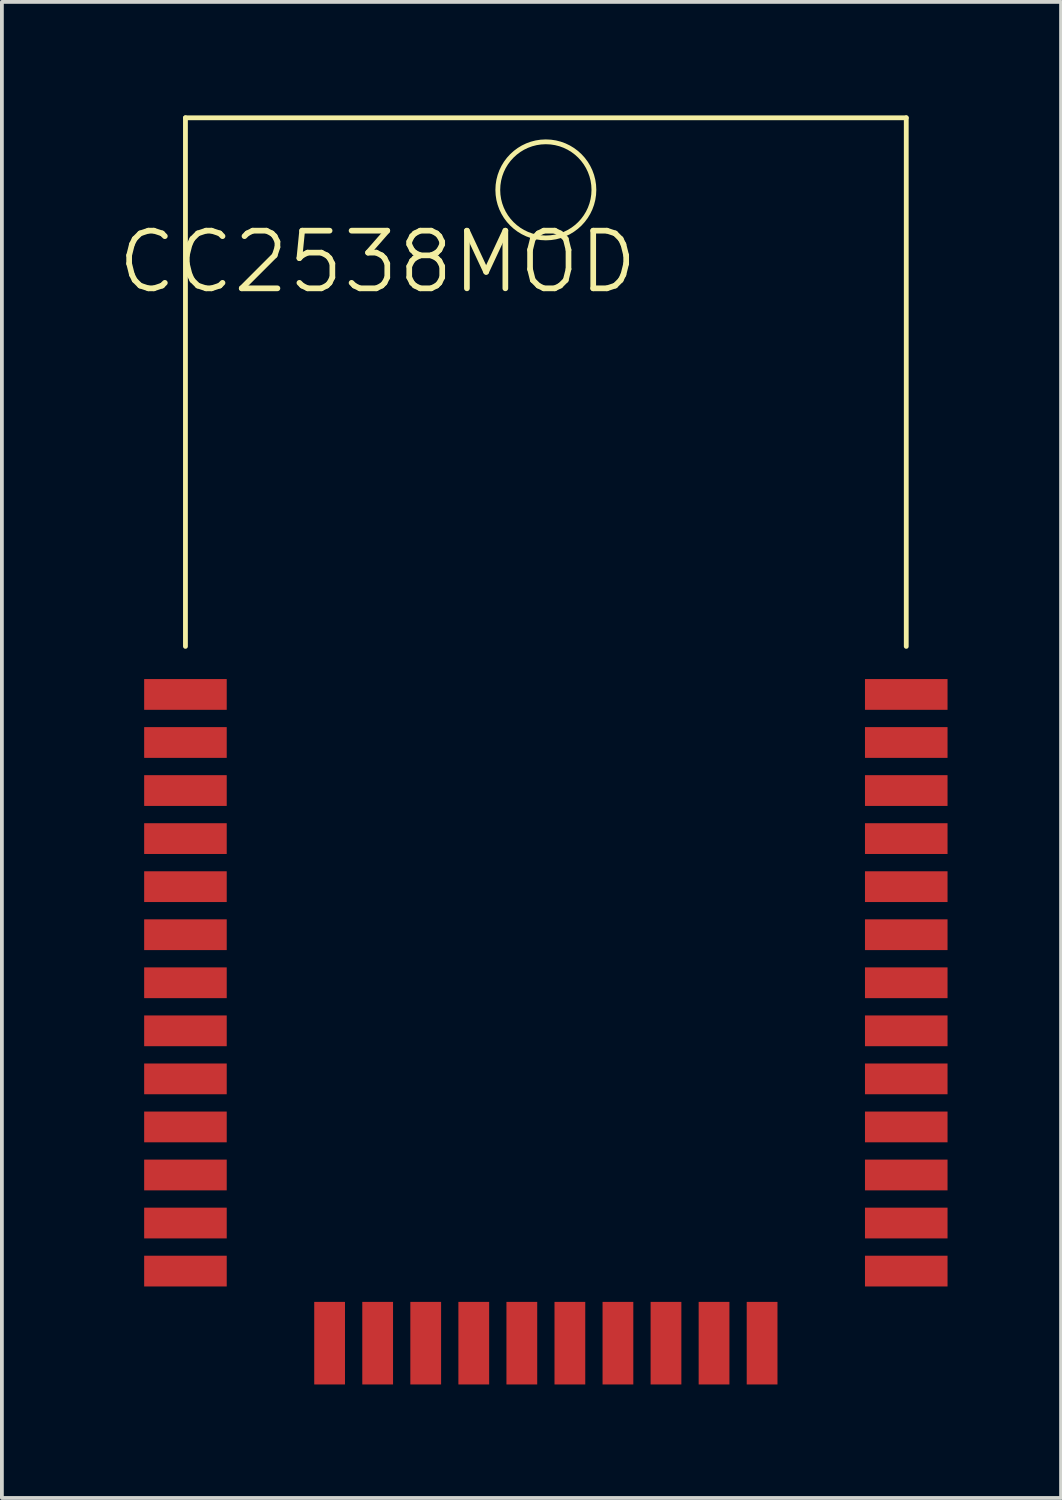
<source format=kicad_pcb>
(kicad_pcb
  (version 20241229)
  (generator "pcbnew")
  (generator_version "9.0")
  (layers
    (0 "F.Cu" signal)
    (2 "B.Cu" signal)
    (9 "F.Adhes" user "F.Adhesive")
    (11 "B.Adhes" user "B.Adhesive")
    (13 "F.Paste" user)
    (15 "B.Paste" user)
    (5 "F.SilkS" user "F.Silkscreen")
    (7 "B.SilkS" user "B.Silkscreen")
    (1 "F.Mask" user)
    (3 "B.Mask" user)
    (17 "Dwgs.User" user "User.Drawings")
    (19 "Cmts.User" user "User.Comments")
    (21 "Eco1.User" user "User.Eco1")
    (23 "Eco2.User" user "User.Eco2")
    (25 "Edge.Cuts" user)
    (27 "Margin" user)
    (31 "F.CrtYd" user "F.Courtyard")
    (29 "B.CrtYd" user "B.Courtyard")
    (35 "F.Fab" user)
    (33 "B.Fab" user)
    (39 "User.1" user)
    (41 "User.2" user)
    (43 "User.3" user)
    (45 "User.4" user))
  (footprint "CC2538MOD"
    (layer "F.Cu")
    (at 10.741 16.573)
    (property "Reference" "CC2538MOD" (at -3.81 -12.7 0) (layer "F.SilkS") (effects (font (size 1.524 1.524) (thickness 0.15))))
    (attr smd)
    (fp_line (start -8.89 -16.51) (end -8.89 -2.54) (stroke (width 0.127) (type solid)) (layer "F.SilkS"))
    (fp_line (start -8.89 -16.51) (end 10.16 -16.51) (stroke (width 0.127) (type solid)) (layer "F.SilkS"))
    (fp_line (start 10.16 -16.51) (end 10.16 -2.54) (stroke (width 0.127) (type solid)) (layer "F.SilkS"))
    (fp_circle (center 0.635 -14.605) (end 0.635 -15.875) (stroke (width 0.127) (type solid)) (fill no) (layer "F.SilkS"))
    (pad "1" smd rect (at -8.89 -1.27) (size 2.182 0.813) (layers "F.Cu" "F.Mask" "F.Paste"))
    (pad "2" smd rect (at -8.89 0) (size 2.182 0.813) (layers "F.Cu" "F.Mask" "F.Paste"))
    (pad "3" smd rect (at -8.89 1.27) (size 2.182 0.813) (layers "F.Cu" "F.Mask" "F.Paste"))
    (pad "4" smd rect (at -8.89 2.54) (size 2.182 0.813) (layers "F.Cu" "F.Mask" "F.Paste"))
    (pad "5" smd rect (at -8.89 3.81) (size 2.182 0.813) (layers "F.Cu" "F.Mask" "F.Paste"))
    (pad "6" smd rect (at -8.89 5.08) (size 2.182 0.813) (layers "F.Cu" "F.Mask" "F.Paste"))
    (pad "7" smd rect (at -8.89 6.35) (size 2.182 0.813) (layers "F.Cu" "F.Mask" "F.Paste"))
    (pad "8" smd rect (at -8.89 7.62) (size 2.182 0.813) (layers "F.Cu" "F.Mask" "F.Paste"))
    (pad "9" smd rect (at -8.89 8.89) (size 2.182 0.813) (layers "F.Cu" "F.Mask" "F.Paste"))
    (pad "10" smd rect (at -8.89 10.16) (size 2.182 0.813) (layers "F.Cu" "F.Mask" "F.Paste"))
    (pad "11" smd rect (at -8.89 11.43) (size 2.182 0.813) (layers "F.Cu" "F.Mask" "F.Paste"))
    (pad "12" smd rect (at -8.89 12.7) (size 2.182 0.813) (layers "F.Cu" "F.Mask" "F.Paste"))
    (pad "13" smd rect (at -8.89 13.97) (size 2.182 0.813) (layers "F.Cu" "F.Mask" "F.Paste"))
    (pad "14" smd rect (at -5.08 15.875 90) (size 2.182 0.813) (layers "F.Cu" "F.Mask" "F.Paste"))
    (pad "15" smd rect (at -3.81 15.875 90) (size 2.182 0.813) (layers "F.Cu" "F.Mask" "F.Paste"))
    (pad "16" smd rect (at -2.54 15.875 90) (size 2.182 0.813) (layers "F.Cu" "F.Mask" "F.Paste"))
    (pad "17" smd rect (at -1.27 15.875 90) (size 2.182 0.813) (layers "F.Cu" "F.Mask" "F.Paste"))
    (pad "18" smd rect (at 0 15.875 90) (size 2.182 0.813) (layers "F.Cu" "F.Mask" "F.Paste"))
    (pad "19" smd rect (at 1.27 15.875 90) (size 2.182 0.813) (layers "F.Cu" "F.Mask" "F.Paste"))
    (pad "20" smd rect (at 2.54 15.875 90) (size 2.182 0.813) (layers "F.Cu" "F.Mask" "F.Paste"))
    (pad "21" smd rect (at 3.81 15.875 90) (size 2.182 0.813) (layers "F.Cu" "F.Mask" "F.Paste"))
    (pad "22" smd rect (at 5.08 15.875 90) (size 2.182 0.813) (layers "F.Cu" "F.Mask" "F.Paste"))
    (pad "23" smd rect (at 6.35 15.875 90) (size 2.182 0.813) (layers "F.Cu" "F.Mask" "F.Paste"))
    (pad "24" smd rect (at 10.16 13.97) (size 2.182 0.813) (layers "F.Cu" "F.Mask" "F.Paste"))
    (pad "25" smd rect (at 10.16 12.7) (size 2.182 0.813) (layers "F.Cu" "F.Mask" "F.Paste"))
    (pad "26" smd rect (at 10.16 11.43) (size 2.182 0.813) (layers "F.Cu" "F.Mask" "F.Paste"))
    (pad "27" smd rect (at 10.16 10.16) (size 2.182 0.813) (layers "F.Cu" "F.Mask" "F.Paste"))
    (pad "28" smd rect (at 10.16 8.89) (size 2.182 0.813) (layers "F.Cu" "F.Mask" "F.Paste"))
    (pad "29" smd rect (at 10.16 7.62) (size 2.182 0.813) (layers "F.Cu" "F.Mask" "F.Paste"))
    (pad "30" smd rect (at 10.16 6.35) (size 2.182 0.813) (layers "F.Cu" "F.Mask" "F.Paste"))
    (pad "31" smd rect (at 10.16 5.08) (size 2.182 0.813) (layers "F.Cu" "F.Mask" "F.Paste"))
    (pad "32" smd rect (at 10.16 3.81) (size 2.182 0.813) (layers "F.Cu" "F.Mask" "F.Paste"))
    (pad "33" smd rect (at 10.16 2.54) (size 2.182 0.813) (layers "F.Cu" "F.Mask" "F.Paste"))
    (pad "34" smd rect (at 10.16 1.27) (size 2.182 0.813) (layers "F.Cu" "F.Mask" "F.Paste"))
    (pad "35" smd rect (at 10.16 0) (size 2.182 0.813) (layers "F.Cu" "F.Mask" "F.Paste"))
    (pad "36" smd rect (at 10.16 -1.27) (size 2.182 0.813) (layers "F.Cu" "F.Mask" "F.Paste")))
  (gr_rect
    (start -3 -3)
    (end 24.992 36.539)
    (stroke (width 0.1) (type default))
    (fill no)
    (layer "Edge.Cuts")))
</source>
